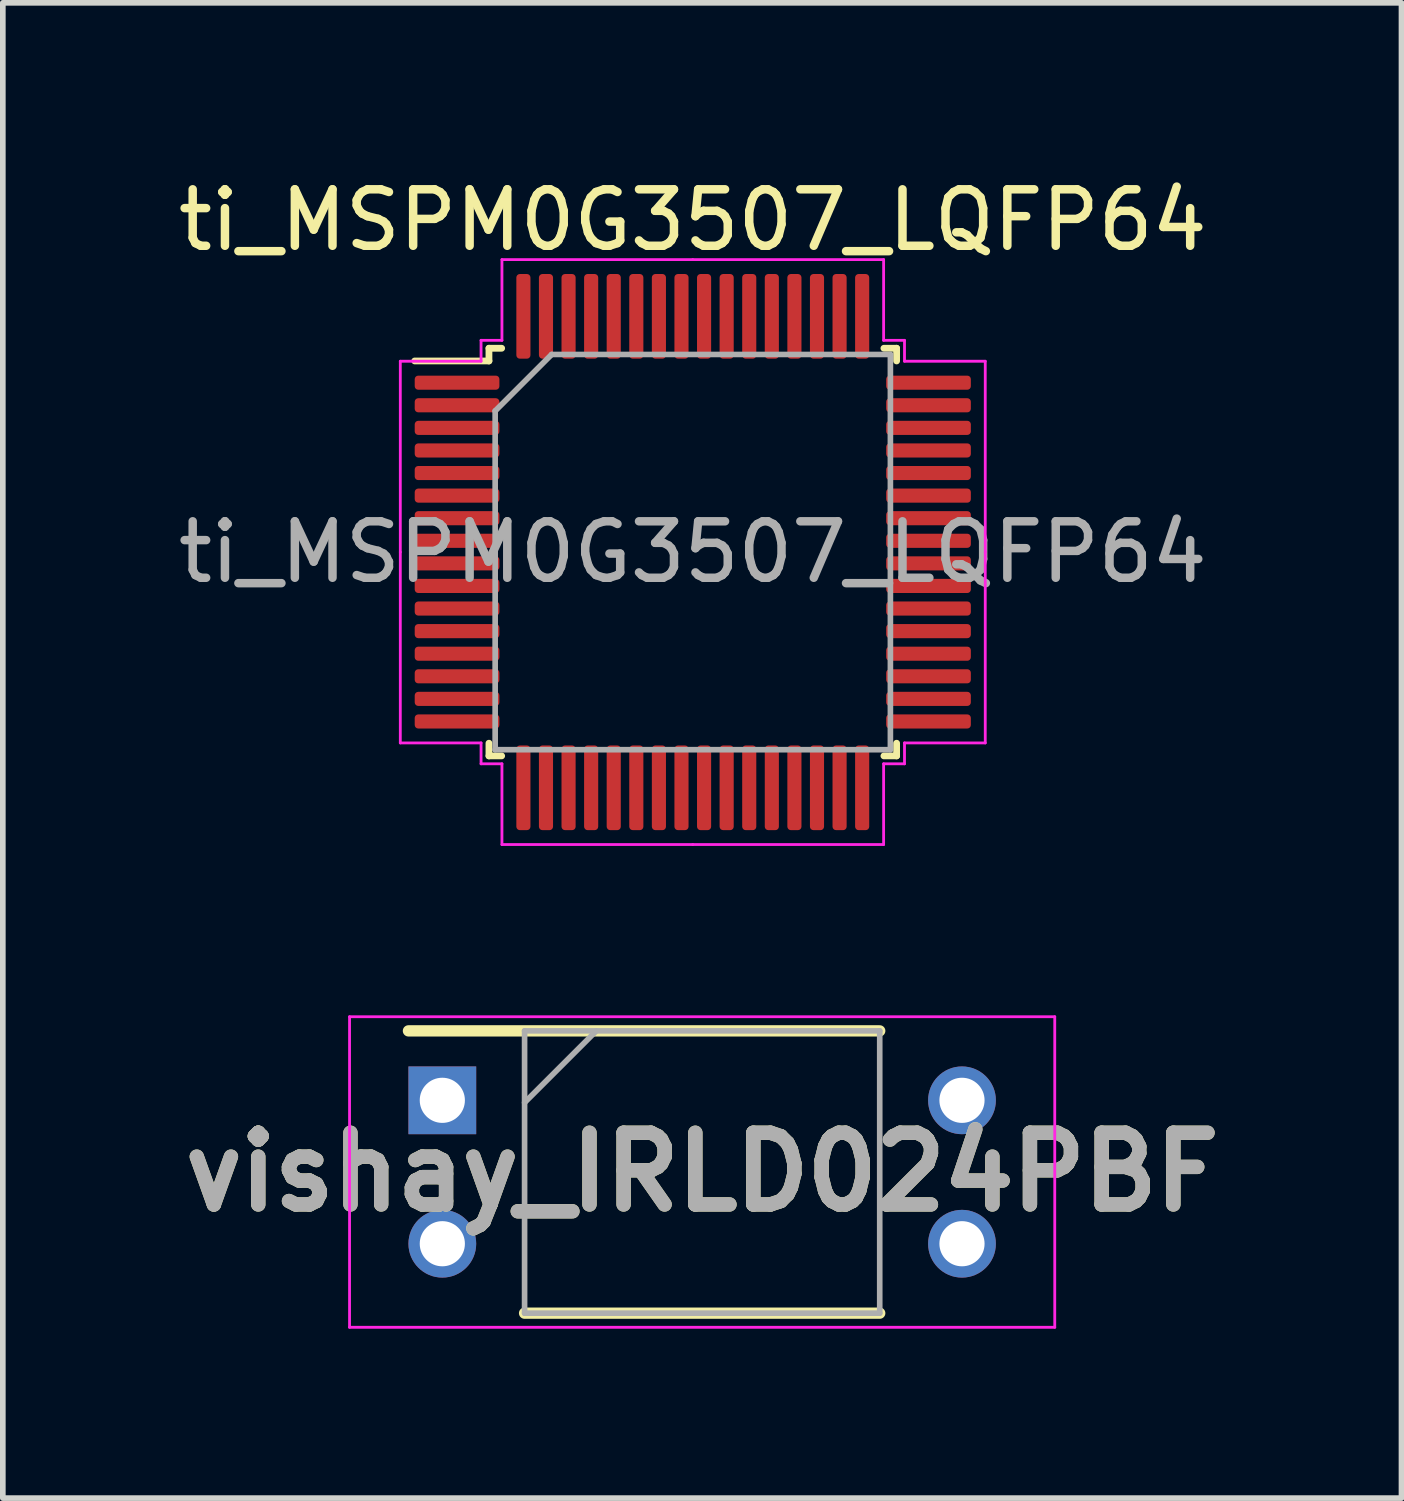
<source format=kicad_pcb>
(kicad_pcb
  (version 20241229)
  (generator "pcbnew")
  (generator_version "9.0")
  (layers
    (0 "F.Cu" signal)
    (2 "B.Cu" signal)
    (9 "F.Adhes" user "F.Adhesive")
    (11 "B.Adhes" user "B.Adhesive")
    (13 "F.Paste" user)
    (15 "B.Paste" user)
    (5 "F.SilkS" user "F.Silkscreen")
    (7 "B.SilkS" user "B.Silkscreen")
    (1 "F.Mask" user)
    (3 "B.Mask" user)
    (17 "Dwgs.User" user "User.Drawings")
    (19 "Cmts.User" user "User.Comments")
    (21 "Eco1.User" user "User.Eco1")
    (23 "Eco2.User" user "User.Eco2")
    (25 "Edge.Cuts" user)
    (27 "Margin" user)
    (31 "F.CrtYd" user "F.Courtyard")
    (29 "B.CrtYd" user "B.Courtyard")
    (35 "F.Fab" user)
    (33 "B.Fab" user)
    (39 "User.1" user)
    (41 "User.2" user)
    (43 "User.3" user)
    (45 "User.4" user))
  (footprint "vishay_IRLD024PBF"
    (layer "F.Cu")
    (at 9.386 17.708)
    (property "Reference" "vishay_IRLD024PBF" (at 0 0 0) (layer "F.SilkS") (effects (font (size 1.27 1.27) (thickness 0.254))))
    (attr through_hole)
    (fp_line (start -5.202 -2.5) (end 3.145 -2.5) (stroke (width 0.2) (type solid)) (layer "F.SilkS"))
    (fp_line (start -3.145 2.5) (end 3.145 2.5) (stroke (width 0.2) (type solid)) (layer "F.SilkS"))
    (fp_line (start -6.245 -2.75) (end 6.245 -2.75) (stroke (width 0.05) (type solid)) (layer "F.CrtYd"))
    (fp_line (start -6.245 2.75) (end -6.245 -2.75) (stroke (width 0.05) (type solid)) (layer "F.CrtYd"))
    (fp_line (start 6.245 -2.75) (end 6.245 2.75) (stroke (width 0.05) (type solid)) (layer "F.CrtYd"))
    (fp_line (start 6.245 2.75) (end -6.245 2.75) (stroke (width 0.05) (type solid)) (layer "F.CrtYd"))
    (fp_line (start -3.145 -2.5) (end 3.145 -2.5) (stroke (width 0.1) (type solid)) (layer "F.Fab"))
    (fp_line (start -3.145 -1.23) (end -1.875 -2.5) (stroke (width 0.1) (type solid)) (layer "F.Fab"))
    (fp_line (start -3.145 2.5) (end -3.145 -2.5) (stroke (width 0.1) (type solid)) (layer "F.Fab"))
    (fp_line (start 3.145 -2.5) (end 3.145 2.5) (stroke (width 0.1) (type solid)) (layer "F.Fab"))
    (fp_line (start 3.145 2.5) (end -3.145 2.5) (stroke (width 0.1) (type solid)) (layer "F.Fab"))
    (fp_text user "${REFERENCE}" (at 0 0 0) (layer "F.Fab") (effects (font (size 1.27 1.27) (thickness 0.254))))
    (pad "1" thru_hole rect (at -4.602 -1.27) (size 1.2 1.2) (drill 0.8) (layers "*.Cu" "*.Mask"))
    (pad "1" thru_hole circle (at -4.602 1.27) (size 1.2 1.2) (drill 0.8) (layers "*.Cu" "*.Mask"))
    (pad "2" thru_hole circle (at 4.602 1.27) (size 1.2 1.2) (drill 0.8) (layers "*.Cu" "*.Mask"))
    (pad "3" thru_hole circle (at 4.602 -1.27) (size 1.2 1.2) (drill 0.8) (layers "*.Cu" "*.Mask")))
  (footprint "ti_MSPM0G3507_LQFP64"
    (layer "F.Cu")
    (at 9.22 6.728)
    (property "Reference" "ti_MSPM0G3507_LQFP64" (at 0 -5.88 0) (layer "F.SilkS") (effects (font (size 1 1) (thickness 0.15))))
    (attr smd)
    (fp_line (start -3.61 -3.61) (end -3.61 -3.385) (stroke (width 0.12) (type solid)) (layer "F.SilkS"))
    (fp_line (start -3.61 -3.385) (end -4.925 -3.385) (stroke (width 0.12) (type solid)) (layer "F.SilkS"))
    (fp_line (start -3.61 3.61) (end -3.61 3.385) (stroke (width 0.12) (type solid)) (layer "F.SilkS"))
    (fp_line (start -3.385 -3.61) (end -3.61 -3.61) (stroke (width 0.12) (type solid)) (layer "F.SilkS"))
    (fp_line (start -3.385 3.61) (end -3.61 3.61) (stroke (width 0.12) (type solid)) (layer "F.SilkS"))
    (fp_line (start 3.385 -3.61) (end 3.61 -3.61) (stroke (width 0.12) (type solid)) (layer "F.SilkS"))
    (fp_line (start 3.385 3.61) (end 3.61 3.61) (stroke (width 0.12) (type solid)) (layer "F.SilkS"))
    (fp_line (start 3.61 -3.61) (end 3.61 -3.385) (stroke (width 0.12) (type solid)) (layer "F.SilkS"))
    (fp_line (start 3.61 3.61) (end 3.61 3.385) (stroke (width 0.12) (type solid)) (layer "F.SilkS"))
    (fp_line (start -5.18 -3.38) (end -5.18 0) (stroke (width 0.05) (type solid)) (layer "F.CrtYd"))
    (fp_line (start -5.18 3.38) (end -5.18 0) (stroke (width 0.05) (type solid)) (layer "F.CrtYd"))
    (fp_line (start -3.75 -3.75) (end -3.75 -3.38) (stroke (width 0.05) (type solid)) (layer "F.CrtYd"))
    (fp_line (start -3.75 -3.38) (end -5.18 -3.38) (stroke (width 0.05) (type solid)) (layer "F.CrtYd"))
    (fp_line (start -3.75 3.38) (end -5.18 3.38) (stroke (width 0.05) (type solid)) (layer "F.CrtYd"))
    (fp_line (start -3.75 3.75) (end -3.75 3.38) (stroke (width 0.05) (type solid)) (layer "F.CrtYd"))
    (fp_line (start -3.38 -5.18) (end -3.38 -3.75) (stroke (width 0.05) (type solid)) (layer "F.CrtYd"))
    (fp_line (start -3.38 -3.75) (end -3.75 -3.75) (stroke (width 0.05) (type solid)) (layer "F.CrtYd"))
    (fp_line (start -3.38 3.75) (end -3.75 3.75) (stroke (width 0.05) (type solid)) (layer "F.CrtYd"))
    (fp_line (start -3.38 5.18) (end -3.38 3.75) (stroke (width 0.05) (type solid)) (layer "F.CrtYd"))
    (fp_line (start 0 -5.18) (end -3.38 -5.18) (stroke (width 0.05) (type solid)) (layer "F.CrtYd"))
    (fp_line (start 0 -5.18) (end 3.38 -5.18) (stroke (width 0.05) (type solid)) (layer "F.CrtYd"))
    (fp_line (start 0 5.18) (end -3.38 5.18) (stroke (width 0.05) (type solid)) (layer "F.CrtYd"))
    (fp_line (start 0 5.18) (end 3.38 5.18) (stroke (width 0.05) (type solid)) (layer "F.CrtYd"))
    (fp_line (start 3.38 -5.18) (end 3.38 -3.75) (stroke (width 0.05) (type solid)) (layer "F.CrtYd"))
    (fp_line (start 3.38 -3.75) (end 3.75 -3.75) (stroke (width 0.05) (type solid)) (layer "F.CrtYd"))
    (fp_line (start 3.38 3.75) (end 3.75 3.75) (stroke (width 0.05) (type solid)) (layer "F.CrtYd"))
    (fp_line (start 3.38 5.18) (end 3.38 3.75) (stroke (width 0.05) (type solid)) (layer "F.CrtYd"))
    (fp_line (start 3.75 -3.75) (end 3.75 -3.38) (stroke (width 0.05) (type solid)) (layer "F.CrtYd"))
    (fp_line (start 3.75 -3.38) (end 5.18 -3.38) (stroke (width 0.05) (type solid)) (layer "F.CrtYd"))
    (fp_line (start 3.75 3.38) (end 5.18 3.38) (stroke (width 0.05) (type solid)) (layer "F.CrtYd"))
    (fp_line (start 3.75 3.75) (end 3.75 3.38) (stroke (width 0.05) (type solid)) (layer "F.CrtYd"))
    (fp_line (start 5.18 -3.38) (end 5.18 0) (stroke (width 0.05) (type solid)) (layer "F.CrtYd"))
    (fp_line (start 5.18 3.38) (end 5.18 0) (stroke (width 0.05) (type solid)) (layer "F.CrtYd"))
    (fp_line (start -3.5 -2.5) (end -2.5 -3.5) (stroke (width 0.1) (type solid)) (layer "F.Fab"))
    (fp_line (start -3.5 3.5) (end -3.5 -2.5) (stroke (width 0.1) (type solid)) (layer "F.Fab"))
    (fp_line (start -2.5 -3.5) (end 3.5 -3.5) (stroke (width 0.1) (type solid)) (layer "F.Fab"))
    (fp_line (start 3.5 -3.5) (end 3.5 3.5) (stroke (width 0.1) (type solid)) (layer "F.Fab"))
    (fp_line (start 3.5 3.5) (end -3.5 3.5) (stroke (width 0.1) (type solid)) (layer "F.Fab"))
    (fp_text user "${REFERENCE}" (at 0 0 0) (layer "F.Fab") (effects (font (size 1 1) (thickness 0.15))))
    (pad "1" smd roundrect (at -4.175 -3) (size 1.5 0.25) (layers "F.Cu" "F.Mask" "F.Paste") (roundrect_rratio 0.25))
    (pad "2" smd roundrect (at -4.175 -2.6) (size 1.5 0.25) (layers "F.Cu" "F.Mask" "F.Paste") (roundrect_rratio 0.25))
    (pad "3" smd roundrect (at -4.175 -2.2) (size 1.5 0.25) (layers "F.Cu" "F.Mask" "F.Paste") (roundrect_rratio 0.25))
    (pad "4" smd roundrect (at -4.175 -1.8) (size 1.5 0.25) (layers "F.Cu" "F.Mask" "F.Paste") (roundrect_rratio 0.25))
    (pad "5" smd roundrect (at -4.175 -1.4) (size 1.5 0.25) (layers "F.Cu" "F.Mask" "F.Paste") (roundrect_rratio 0.25))
    (pad "6" smd roundrect (at -4.175 -1) (size 1.5 0.25) (layers "F.Cu" "F.Mask" "F.Paste") (roundrect_rratio 0.25))
    (pad "7" smd roundrect (at -4.175 -0.6) (size 1.5 0.25) (layers "F.Cu" "F.Mask" "F.Paste") (roundrect_rratio 0.25))
    (pad "8" smd roundrect (at -4.175 -0.2) (size 1.5 0.25) (layers "F.Cu" "F.Mask" "F.Paste") (roundrect_rratio 0.25))
    (pad "9" smd roundrect (at -4.175 0.2) (size 1.5 0.25) (layers "F.Cu" "F.Mask" "F.Paste") (roundrect_rratio 0.25))
    (pad "10" smd roundrect (at -4.175 0.6) (size 1.5 0.25) (layers "F.Cu" "F.Mask" "F.Paste") (roundrect_rratio 0.25))
    (pad "11" smd roundrect (at -4.175 1) (size 1.5 0.25) (layers "F.Cu" "F.Mask" "F.Paste") (roundrect_rratio 0.25))
    (pad "12" smd roundrect (at -4.175 1.4) (size 1.5 0.25) (layers "F.Cu" "F.Mask" "F.Paste") (roundrect_rratio 0.25))
    (pad "13" smd roundrect (at -4.175 1.8) (size 1.5 0.25) (layers "F.Cu" "F.Mask" "F.Paste") (roundrect_rratio 0.25))
    (pad "14" smd roundrect (at -4.175 2.2) (size 1.5 0.25) (layers "F.Cu" "F.Mask" "F.Paste") (roundrect_rratio 0.25))
    (pad "15" smd roundrect (at -4.175 2.6) (size 1.5 0.25) (layers "F.Cu" "F.Mask" "F.Paste") (roundrect_rratio 0.25))
    (pad "16" smd roundrect (at -4.175 3) (size 1.5 0.25) (layers "F.Cu" "F.Mask" "F.Paste") (roundrect_rratio 0.25))
    (pad "17" smd roundrect (at -3 4.175) (size 0.25 1.5) (layers "F.Cu" "F.Mask" "F.Paste") (roundrect_rratio 0.25))
    (pad "18" smd roundrect (at -2.6 4.175) (size 0.25 1.5) (layers "F.Cu" "F.Mask" "F.Paste") (roundrect_rratio 0.25))
    (pad "19" smd roundrect (at -2.2 4.175) (size 0.25 1.5) (layers "F.Cu" "F.Mask" "F.Paste") (roundrect_rratio 0.25))
    (pad "20" smd roundrect (at -1.8 4.175) (size 0.25 1.5) (layers "F.Cu" "F.Mask" "F.Paste") (roundrect_rratio 0.25))
    (pad "21" smd roundrect (at -1.4 4.175) (size 0.25 1.5) (layers "F.Cu" "F.Mask" "F.Paste") (roundrect_rratio 0.25))
    (pad "22" smd roundrect (at -1 4.175) (size 0.25 1.5) (layers "F.Cu" "F.Mask" "F.Paste") (roundrect_rratio 0.25))
    (pad "23" smd roundrect (at -0.6 4.175) (size 0.25 1.5) (layers "F.Cu" "F.Mask" "F.Paste") (roundrect_rratio 0.25))
    (pad "24" smd roundrect (at -0.2 4.175) (size 0.25 1.5) (layers "F.Cu" "F.Mask" "F.Paste") (roundrect_rratio 0.25))
    (pad "25" smd roundrect (at 0.2 4.175) (size 0.25 1.5) (layers "F.Cu" "F.Mask" "F.Paste") (roundrect_rratio 0.25))
    (pad "26" smd roundrect (at 0.6 4.175) (size 0.25 1.5) (layers "F.Cu" "F.Mask" "F.Paste") (roundrect_rratio 0.25))
    (pad "27" smd roundrect (at 1 4.175) (size 0.25 1.5) (layers "F.Cu" "F.Mask" "F.Paste") (roundrect_rratio 0.25))
    (pad "28" smd roundrect (at 1.4 4.175) (size 0.25 1.5) (layers "F.Cu" "F.Mask" "F.Paste") (roundrect_rratio 0.25))
    (pad "29" smd roundrect (at 1.8 4.175) (size 0.25 1.5) (layers "F.Cu" "F.Mask" "F.Paste") (roundrect_rratio 0.25))
    (pad "30" smd roundrect (at 2.2 4.175) (size 0.25 1.5) (layers "F.Cu" "F.Mask" "F.Paste") (roundrect_rratio 0.25))
    (pad "31" smd roundrect (at 2.6 4.175) (size 0.25 1.5) (layers "F.Cu" "F.Mask" "F.Paste") (roundrect_rratio 0.25))
    (pad "32" smd roundrect (at 3 4.175) (size 0.25 1.5) (layers "F.Cu" "F.Mask" "F.Paste") (roundrect_rratio 0.25))
    (pad "33" smd roundrect (at 4.175 3) (size 1.5 0.25) (layers "F.Cu" "F.Mask" "F.Paste") (roundrect_rratio 0.25))
    (pad "34" smd roundrect (at 4.175 2.6) (size 1.5 0.25) (layers "F.Cu" "F.Mask" "F.Paste") (roundrect_rratio 0.25))
    (pad "35" smd roundrect (at 4.175 2.2) (size 1.5 0.25) (layers "F.Cu" "F.Mask" "F.Paste") (roundrect_rratio 0.25))
    (pad "36" smd roundrect (at 4.175 1.8) (size 1.5 0.25) (layers "F.Cu" "F.Mask" "F.Paste") (roundrect_rratio 0.25))
    (pad "37" smd roundrect (at 4.175 1.4) (size 1.5 0.25) (layers "F.Cu" "F.Mask" "F.Paste") (roundrect_rratio 0.25))
    (pad "38" smd roundrect (at 4.175 1) (size 1.5 0.25) (layers "F.Cu" "F.Mask" "F.Paste") (roundrect_rratio 0.25))
    (pad "39" smd roundrect (at 4.175 0.6) (size 1.5 0.25) (layers "F.Cu" "F.Mask" "F.Paste") (roundrect_rratio 0.25))
    (pad "40" smd roundrect (at 4.175 0.2) (size 1.5 0.25) (layers "F.Cu" "F.Mask" "F.Paste") (roundrect_rratio 0.25))
    (pad "41" smd roundrect (at 4.175 -0.2) (size 1.5 0.25) (layers "F.Cu" "F.Mask" "F.Paste") (roundrect_rratio 0.25))
    (pad "42" smd roundrect (at 4.175 -0.6) (size 1.5 0.25) (layers "F.Cu" "F.Mask" "F.Paste") (roundrect_rratio 0.25))
    (pad "43" smd roundrect (at 4.175 -1) (size 1.5 0.25) (layers "F.Cu" "F.Mask" "F.Paste") (roundrect_rratio 0.25))
    (pad "44" smd roundrect (at 4.175 -1.4) (size 1.5 0.25) (layers "F.Cu" "F.Mask" "F.Paste") (roundrect_rratio 0.25))
    (pad "45" smd roundrect (at 4.175 -1.8) (size 1.5 0.25) (layers "F.Cu" "F.Mask" "F.Paste") (roundrect_rratio 0.25))
    (pad "46" smd roundrect (at 4.175 -2.2) (size 1.5 0.25) (layers "F.Cu" "F.Mask" "F.Paste") (roundrect_rratio 0.25))
    (pad "47" smd roundrect (at 4.175 -2.6) (size 1.5 0.25) (layers "F.Cu" "F.Mask" "F.Paste") (roundrect_rratio 0.25))
    (pad "48" smd roundrect (at 4.175 -3) (size 1.5 0.25) (layers "F.Cu" "F.Mask" "F.Paste") (roundrect_rratio 0.25))
    (pad "49" smd roundrect (at 3 -4.175) (size 0.25 1.5) (layers "F.Cu" "F.Mask" "F.Paste") (roundrect_rratio 0.25))
    (pad "50" smd roundrect (at 2.6 -4.175) (size 0.25 1.5) (layers "F.Cu" "F.Mask" "F.Paste") (roundrect_rratio 0.25))
    (pad "51" smd roundrect (at 2.2 -4.175) (size 0.25 1.5) (layers "F.Cu" "F.Mask" "F.Paste") (roundrect_rratio 0.25))
    (pad "52" smd roundrect (at 1.8 -4.175) (size 0.25 1.5) (layers "F.Cu" "F.Mask" "F.Paste") (roundrect_rratio 0.25))
    (pad "53" smd roundrect (at 1.4 -4.175) (size 0.25 1.5) (layers "F.Cu" "F.Mask" "F.Paste") (roundrect_rratio 0.25))
    (pad "54" smd roundrect (at 1 -4.175) (size 0.25 1.5) (layers "F.Cu" "F.Mask" "F.Paste") (roundrect_rratio 0.25))
    (pad "55" smd roundrect (at 0.6 -4.175) (size 0.25 1.5) (layers "F.Cu" "F.Mask" "F.Paste") (roundrect_rratio 0.25))
    (pad "56" smd roundrect (at 0.2 -4.175) (size 0.25 1.5) (layers "F.Cu" "F.Mask" "F.Paste") (roundrect_rratio 0.25))
    (pad "57" smd roundrect (at -0.2 -4.175) (size 0.25 1.5) (layers "F.Cu" "F.Mask" "F.Paste") (roundrect_rratio 0.25))
    (pad "58" smd roundrect (at -0.6 -4.175) (size 0.25 1.5) (layers "F.Cu" "F.Mask" "F.Paste") (roundrect_rratio 0.25))
    (pad "59" smd roundrect (at -1 -4.175) (size 0.25 1.5) (layers "F.Cu" "F.Mask" "F.Paste") (roundrect_rratio 0.25))
    (pad "60" smd roundrect (at -1.4 -4.175) (size 0.25 1.5) (layers "F.Cu" "F.Mask" "F.Paste") (roundrect_rratio 0.25))
    (pad "61" smd roundrect (at -1.8 -4.175) (size 0.25 1.5) (layers "F.Cu" "F.Mask" "F.Paste") (roundrect_rratio 0.25))
    (pad "62" smd roundrect (at -2.2 -4.175) (size 0.25 1.5) (layers "F.Cu" "F.Mask" "F.Paste") (roundrect_rratio 0.25))
    (pad "63" smd roundrect (at -2.6 -4.175) (size 0.25 1.5) (layers "F.Cu" "F.Mask" "F.Paste") (roundrect_rratio 0.25))
    (pad "64" smd roundrect (at -3 -4.175) (size 0.25 1.5) (layers "F.Cu" "F.Mask" "F.Paste") (roundrect_rratio 0.25)))
  (gr_rect
    (start -3 -3)
    (end 21.772 23.483)
    (stroke (width 0.1) (type default))
    (fill no)
    (layer "Edge.Cuts")))
</source>
